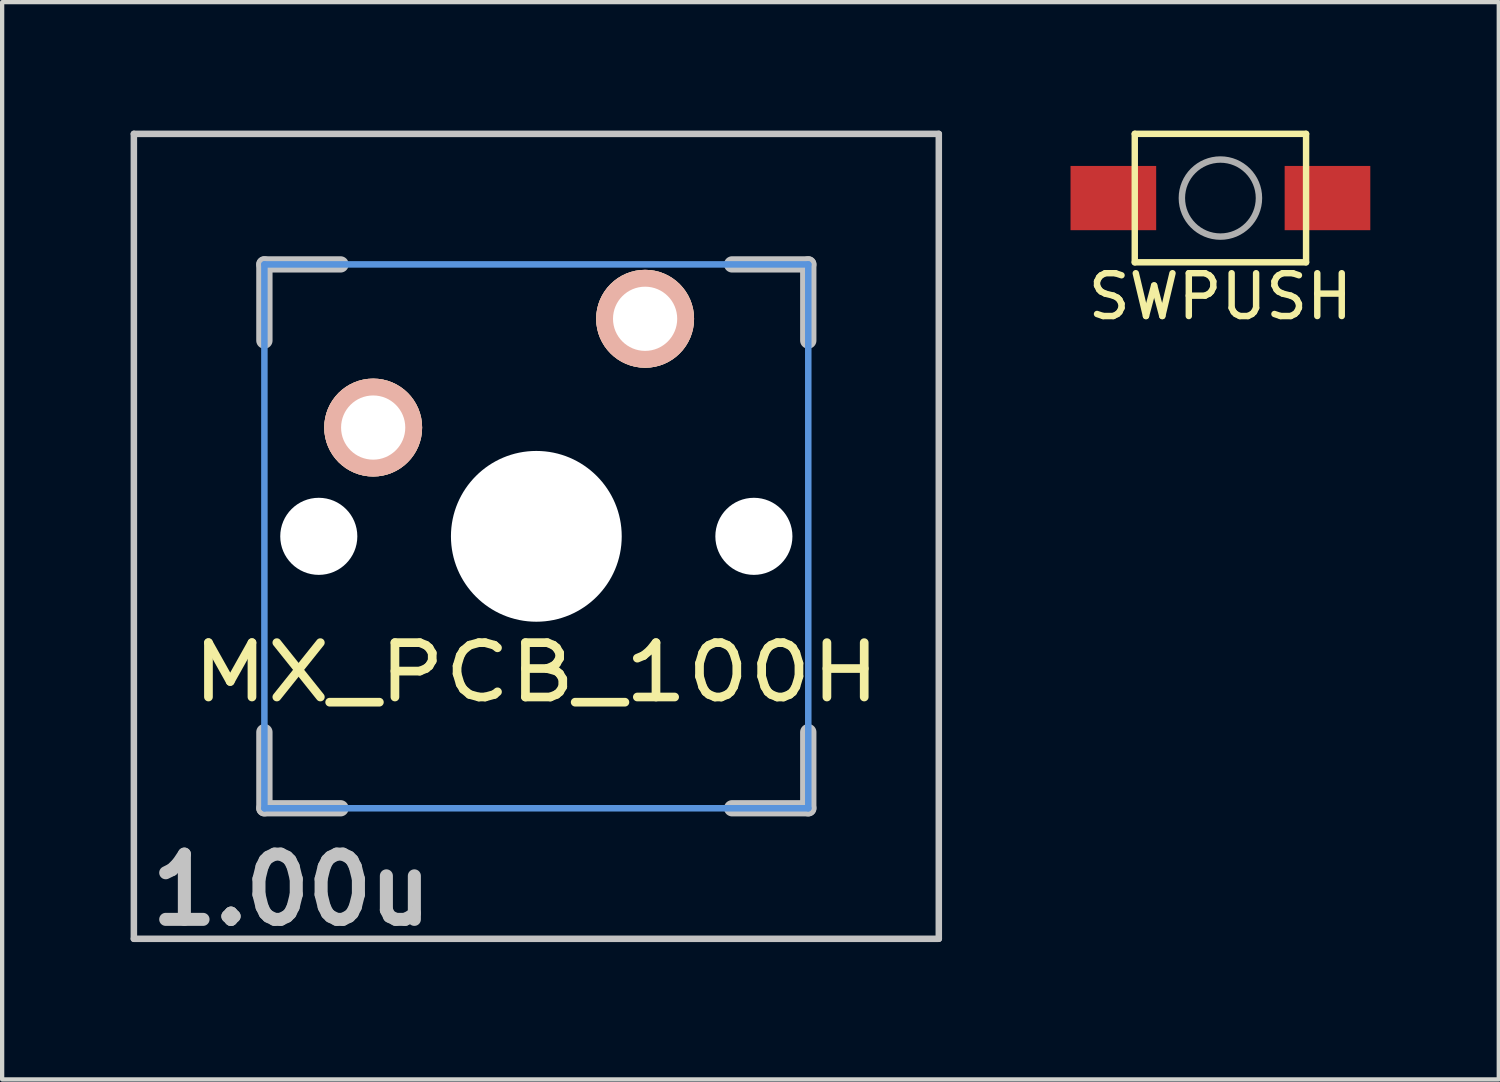
<source format=kicad_pcb>
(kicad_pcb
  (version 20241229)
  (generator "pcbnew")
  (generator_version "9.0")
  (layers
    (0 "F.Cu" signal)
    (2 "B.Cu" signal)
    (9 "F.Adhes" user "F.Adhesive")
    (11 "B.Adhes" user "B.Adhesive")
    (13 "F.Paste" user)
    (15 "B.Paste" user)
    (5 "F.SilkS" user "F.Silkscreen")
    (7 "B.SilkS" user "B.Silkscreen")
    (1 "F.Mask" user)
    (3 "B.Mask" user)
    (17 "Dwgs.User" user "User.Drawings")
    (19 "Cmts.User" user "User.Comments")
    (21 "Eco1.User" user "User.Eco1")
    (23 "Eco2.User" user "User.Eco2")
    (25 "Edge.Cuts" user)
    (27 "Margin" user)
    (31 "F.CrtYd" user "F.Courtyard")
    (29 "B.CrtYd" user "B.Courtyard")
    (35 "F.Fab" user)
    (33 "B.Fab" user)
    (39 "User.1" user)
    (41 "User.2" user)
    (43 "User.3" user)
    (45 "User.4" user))
  (footprint "SWPUSH"
    (layer "F.Cu")
    (at 25.448 1.575)
    (property "Reference" "SWPUSH" (at 0 2.3 0) (layer "F.SilkS") (effects (font (size 1 1) (thickness 0.15))))
    (attr through_hole)
    (fp_line (start -2 -1.5) (end 2 -1.5) (stroke (width 0.15) (type solid)) (layer "F.SilkS"))
    (fp_line (start -2 1.5) (end -2 -1.5) (stroke (width 0.15) (type solid)) (layer "F.SilkS"))
    (fp_line (start 2 -1.5) (end 2 1.5) (stroke (width 0.15) (type solid)) (layer "F.SilkS"))
    (fp_line (start 2 1.5) (end -2 1.5) (stroke (width 0.15) (type solid)) (layer "F.SilkS"))
    (fp_circle (center 0 0) (end 0.9 0) (stroke (width 0.15) (type solid)) (fill no) (layer "F.Fab"))
    (pad "1" smd rect (at -2.5 0) (size 2 1.5) (layers "F.Cu" "F.Mask" "F.Paste"))
    (pad "2" smd rect (at 2.5 0) (size 2 1.5) (layers "F.Cu" "F.Mask" "F.Paste")))
  (footprint "MX_PCB_100H"
    (layer "F.Cu")
    (at 9.474 9.474)
    (property "Reference" "MX_PCB_100H" (at 0 3.175 0) (layer "F.SilkS") (effects (font (size 1.27 1.524) (thickness 0.203))))
    (attr through_hole)
    (fp_line (start -9.398 -9.398) (end 9.398 -9.398) (stroke (width 0.152) (type solid)) (layer "Dwgs.User"))
    (fp_line (start -9.398 9.398) (end -9.398 -9.398) (stroke (width 0.152) (type solid)) (layer "Dwgs.User"))
    (fp_line (start -6.35 -6.35) (end -4.572 -6.35) (stroke (width 0.381) (type solid)) (layer "Dwgs.User"))
    (fp_line (start -6.35 -4.572) (end -6.35 -6.35) (stroke (width 0.381) (type solid)) (layer "Dwgs.User"))
    (fp_line (start -6.35 6.35) (end -6.35 4.572) (stroke (width 0.381) (type solid)) (layer "Dwgs.User"))
    (fp_line (start -4.572 6.35) (end -6.35 6.35) (stroke (width 0.381) (type solid)) (layer "Dwgs.User"))
    (fp_line (start 4.572 -6.35) (end 6.35 -6.35) (stroke (width 0.381) (type solid)) (layer "Dwgs.User"))
    (fp_line (start 6.35 -6.35) (end 6.35 -4.572) (stroke (width 0.381) (type solid)) (layer "Dwgs.User"))
    (fp_line (start 6.35 4.572) (end 6.35 6.35) (stroke (width 0.381) (type solid)) (layer "Dwgs.User"))
    (fp_line (start 6.35 6.35) (end 4.572 6.35) (stroke (width 0.381) (type solid)) (layer "Dwgs.User"))
    (fp_line (start 9.398 -9.398) (end 9.398 9.398) (stroke (width 0.152) (type solid)) (layer "Dwgs.User"))
    (fp_line (start 9.398 9.398) (end -9.398 9.398) (stroke (width 0.152) (type solid)) (layer "Dwgs.User"))
    (fp_line (start -6.35 -6.35) (end 6.35 -6.35) (stroke (width 0.152) (type solid)) (layer "Cmts.User"))
    (fp_line (start -6.35 6.35) (end -6.35 -6.35) (stroke (width 0.152) (type solid)) (layer "Cmts.User"))
    (fp_line (start 6.35 -6.35) (end 6.35 6.35) (stroke (width 0.152) (type solid)) (layer "Cmts.User"))
    (fp_line (start 6.35 6.35) (end -6.35 6.35) (stroke (width 0.152) (type solid)) (layer "Cmts.User"))
    (fp_line (start -6.985 -6.985) (end 6.985 -6.985) (stroke (width 0.152) (type solid)) (layer "Eco2.User"))
    (fp_line (start -6.985 6.985) (end -6.985 -6.985) (stroke (width 0.152) (type solid)) (layer "Eco2.User"))
    (fp_line (start 6.985 -6.985) (end 6.985 6.985) (stroke (width 0.152) (type solid)) (layer "Eco2.User"))
    (fp_line (start 6.985 6.985) (end -6.985 6.985) (stroke (width 0.152) (type solid)) (layer "Eco2.User"))
    (fp_text user "1.00u" (at -5.715 8.255 0) (layer "Dwgs.User") (effects (font (size 1.524 1.524) (thickness 0.305))))
    (pad "" np_thru_hole circle (at -5.08 0) (size 1.8 1.8) (drill 1.8) (layers "*.Cu" "*.Mask"))
    (pad "" np_thru_hole circle (at 0 0) (size 3.988 3.988) (drill 3.988) (layers "*.Cu" "*.Mask"))
    (pad "" np_thru_hole circle (at 5.08 0) (size 1.8 1.8) (drill 1.8) (layers "*.Cu" "*.Mask"))
    (pad "1" thru_hole circle (at 2.54 -5.08) (size 2.286 2.286) (drill 1.499) (layers "*.Cu" "*.SilkS" "*.Mask"))
    (pad "2" thru_hole circle (at -3.81 -2.54) (size 2.286 2.286) (drill 1.499) (layers "*.Cu" "*.SilkS" "*.Mask")))
  (gr_rect
    (start -3 -3)
    (end 31.948 22.156)
    (stroke (width 0.1) (type default))
    (fill no)
    (layer "Edge.Cuts")))
</source>
